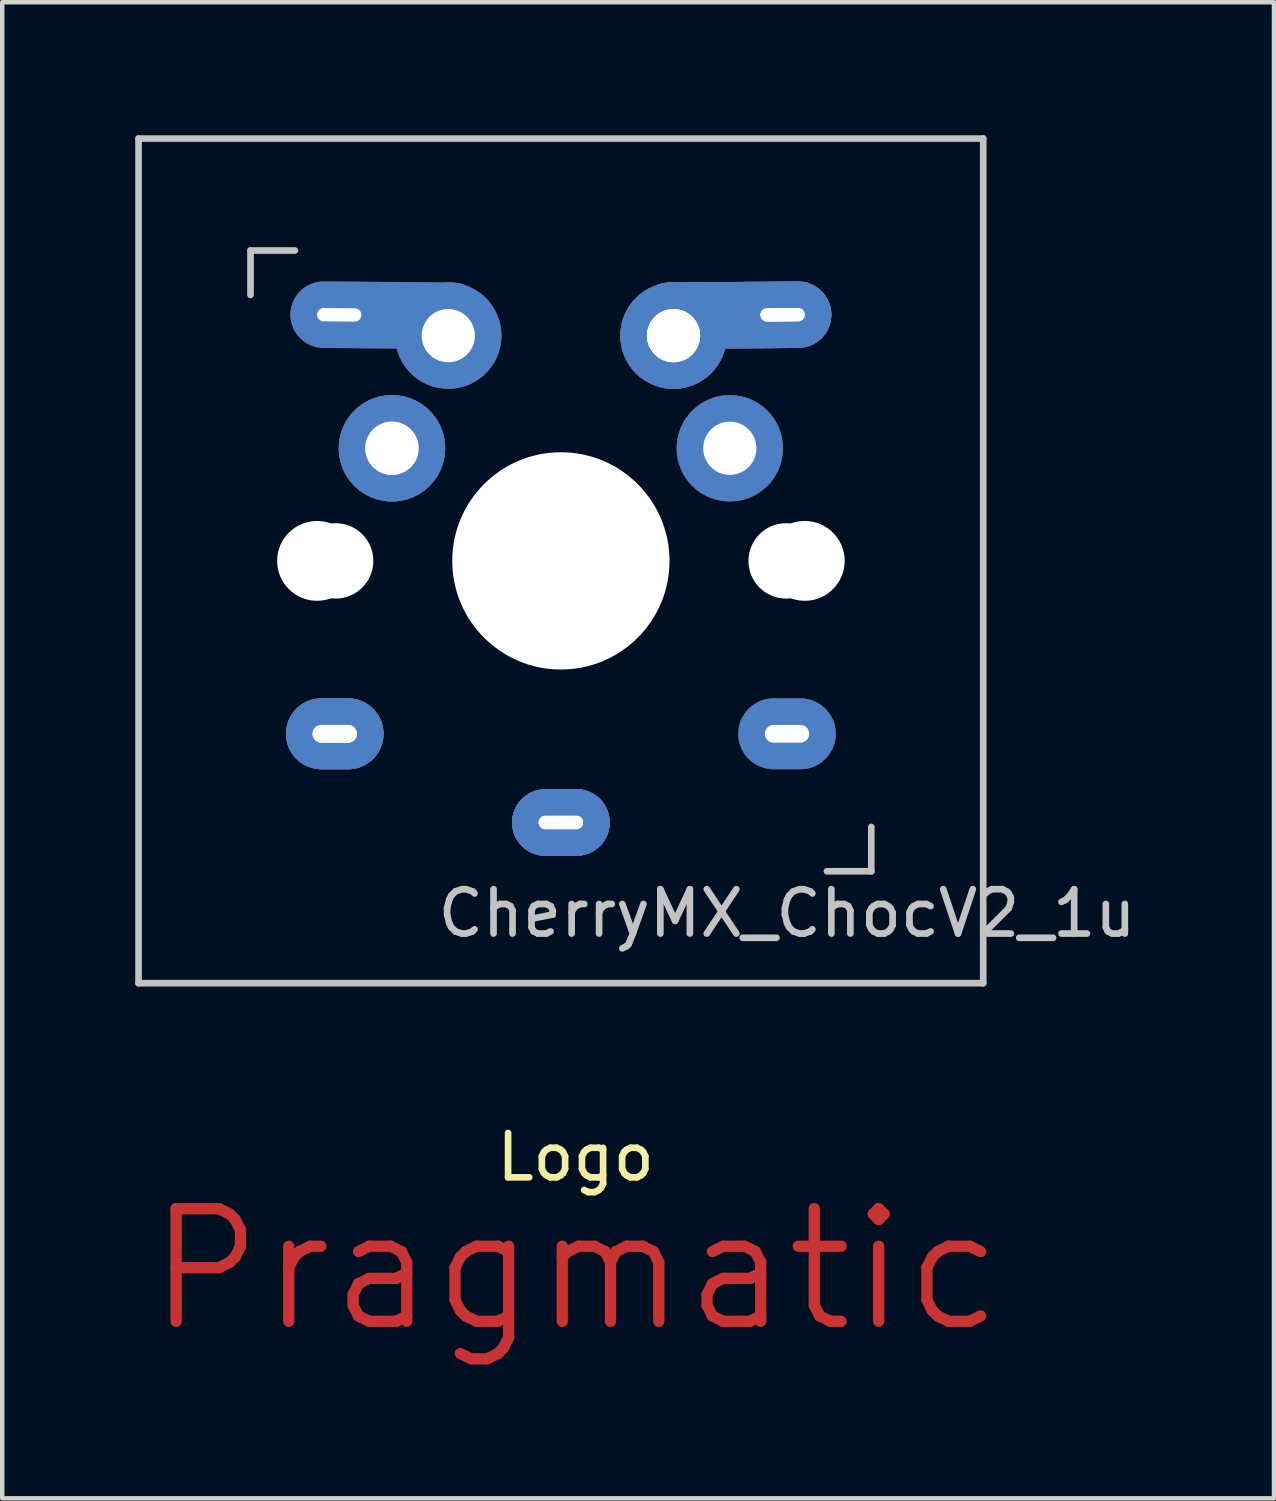
<source format=kicad_pcb>
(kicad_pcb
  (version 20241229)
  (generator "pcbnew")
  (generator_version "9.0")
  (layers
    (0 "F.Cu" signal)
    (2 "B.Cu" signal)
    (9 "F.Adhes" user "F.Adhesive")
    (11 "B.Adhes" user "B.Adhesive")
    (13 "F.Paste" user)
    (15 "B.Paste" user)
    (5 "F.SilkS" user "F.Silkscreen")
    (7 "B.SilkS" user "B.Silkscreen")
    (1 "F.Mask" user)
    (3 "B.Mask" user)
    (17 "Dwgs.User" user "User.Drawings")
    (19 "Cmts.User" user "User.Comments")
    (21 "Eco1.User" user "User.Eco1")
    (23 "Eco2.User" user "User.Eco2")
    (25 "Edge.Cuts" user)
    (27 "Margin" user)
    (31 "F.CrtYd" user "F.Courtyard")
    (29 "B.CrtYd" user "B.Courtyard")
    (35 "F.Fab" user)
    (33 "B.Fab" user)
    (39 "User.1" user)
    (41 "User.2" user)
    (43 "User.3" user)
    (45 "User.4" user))
  (footprint "CherryMX_ChocV2_1u"
    (layer "F.Cu")
    (at 9.6 9.6)
    (property "Reference" "CherryMX_ChocV2_1u" (at 5.1 7.95 180) (layer "Dwgs.User") (effects (font (size 1 1) (thickness 0.15))))
    (attr through_hole)
    (fp_line (start -9.525 -9.525) (end 9.525 -9.525) (stroke (width 0.15) (type solid)) (layer "Dwgs.User"))
    (fp_line (start -9.525 9.525) (end -9.525 -9.525) (stroke (width 0.15) (type solid)) (layer "Dwgs.User"))
    (fp_line (start -7 -7) (end -6 -7) (stroke (width 0.15) (type solid)) (layer "Dwgs.User"))
    (fp_line (start -7 -6) (end -7 -7) (stroke (width 0.15) (type solid)) (layer "Dwgs.User"))
    (fp_line (start 6 7) (end 7 7) (stroke (width 0.15) (type solid)) (layer "Dwgs.User"))
    (fp_line (start 7 7) (end 7 6) (stroke (width 0.15) (type solid)) (layer "Dwgs.User"))
    (fp_line (start 9.525 -9.525) (end 9.525 9.525) (stroke (width 0.15) (type solid)) (layer "Dwgs.User"))
    (fp_line (start 9.525 9.525) (end -9.525 9.525) (stroke (width 0.15) (type solid)) (layer "Dwgs.User"))
    (pad "" np_thru_hole circle (at -5.5 0 90) (size 1.8 1.8) (drill 1.8) (layers "*.Cu" "*.Mask"))
    (pad "" np_thru_hole circle (at -5.08 0) (size 1.7 1.7) (drill 1.7) (layers "*.Cu" "*.Mask"))
    (pad "" np_thru_hole circle (at 0 0 90) (size 4.9 4.9) (drill 4.9) (layers "*.Cu" "*.Mask"))
    (pad "" np_thru_hole circle (at 5.08 0) (size 1.7 1.7) (drill 1.7) (layers "*.Cu" "*.Mask"))
    (pad "" np_thru_hole circle (at 5.5 0 90) (size 1.8 1.8) (drill 1.8) (layers "*.Cu" "*.Mask"))
    (pad "1" thru_hole oval (at -5.1 3.9) (size 2.2 1.6) (drill oval 1 0.4) (layers "*.Cu" "B.Mask"))
    (pad "1" thru_hole oval (at -5.1 3.9) (size 2.2 1.6) (drill oval 1 0.4) (layers "*.Cu" "B.Mask"))
    (pad "1" thru_hole oval (at -5 -5.55 359.5) (size 4.4 1.5) (drill oval 1 0.3 (offset 1.1 0)) (layers "*.Cu" "B.Mask"))
    (pad "1" thru_hole circle (at -3.81 -2.54) (size 2.4 2.4) (drill 1.2) (layers "*.Cu" "B.Mask"))
    (pad "1" thru_hole circle (at -3.81 -2.54) (size 2.4 2.4) (drill 1.2) (layers "*.Cu" "B.Mask"))
    (pad "1" thru_hole circle (at -2.54 -5.08) (size 2.4 2.4) (drill 1.2) (layers "*.Cu" "B.Mask"))
    (pad "1" thru_hole oval (at 5.1 3.9) (size 2.2 1.6) (drill oval 1 0.4) (layers "*.Cu" "B.Mask"))
    (pad "2" thru_hole oval (at 0 5.9) (size 2.2 1.5) (drill oval 1 0.3) (layers "*.Cu" "B.Mask"))
    (pad "2" thru_hole oval (at 0 5.9) (size 2.2 1.5) (drill oval 1 0.3) (layers "*.Cu" "B.Mask"))
    (pad "2" thru_hole oval (at 0 5.9) (size 2.2 1.5) (drill oval 1 0.3) (layers "*.Cu" "B.Mask"))
    (pad "2" thru_hole circle (at 2.54 -5.08) (size 2.4 2.4) (drill 1.2) (layers "*.Cu" "B.Mask"))
    (pad "2" thru_hole circle (at 2.54 -5.08) (size 2.4 2.4) (drill 1.2) (layers "*.Cu" "B.Mask"))
    (pad "2" thru_hole circle (at 3.81 -2.54) (size 2.4 2.4) (drill 1.2) (layers "*.Cu" "B.Mask"))
    (pad "2" thru_hole oval (at 5 -5.55 0.5) (size 4.4 1.5) (drill oval 1 0.3 (offset -1.1 0)) (layers "*.Cu" "B.Mask"))
    (pad "2" thru_hole oval (at 5 -5.55 0.5) (size 4.4 1.5) (drill oval 1 0.3 (offset -1.1 0)) (layers "*.Cu" "B.Mask")))
  (footprint "Logo"
    (layer "F.Cu")
    (at 9.933 25.588)
    (property "Reference" "Logo" (at 0 -2.54 0) (layer "F.SilkS") (effects (font (size 1 1) (thickness 0.15))))
    (attr through_hole)
    (fp_text user "Pragmatic" (at 0 0 0) (layer "F.Cu") (effects (font (size 2.54 2.54) (thickness 0.254))))
    (fp_text user "Pragmatic" (at 0 0 0) (layer "F.Mask") (effects (font (size 2.54 2.54) (thickness 0.381)))))
  (gr_rect
    (start -3 -3)
    (end 25.682 30.743)
    (stroke (width 0.1) (type default))
    (fill no)
    (layer "Edge.Cuts")))
</source>
